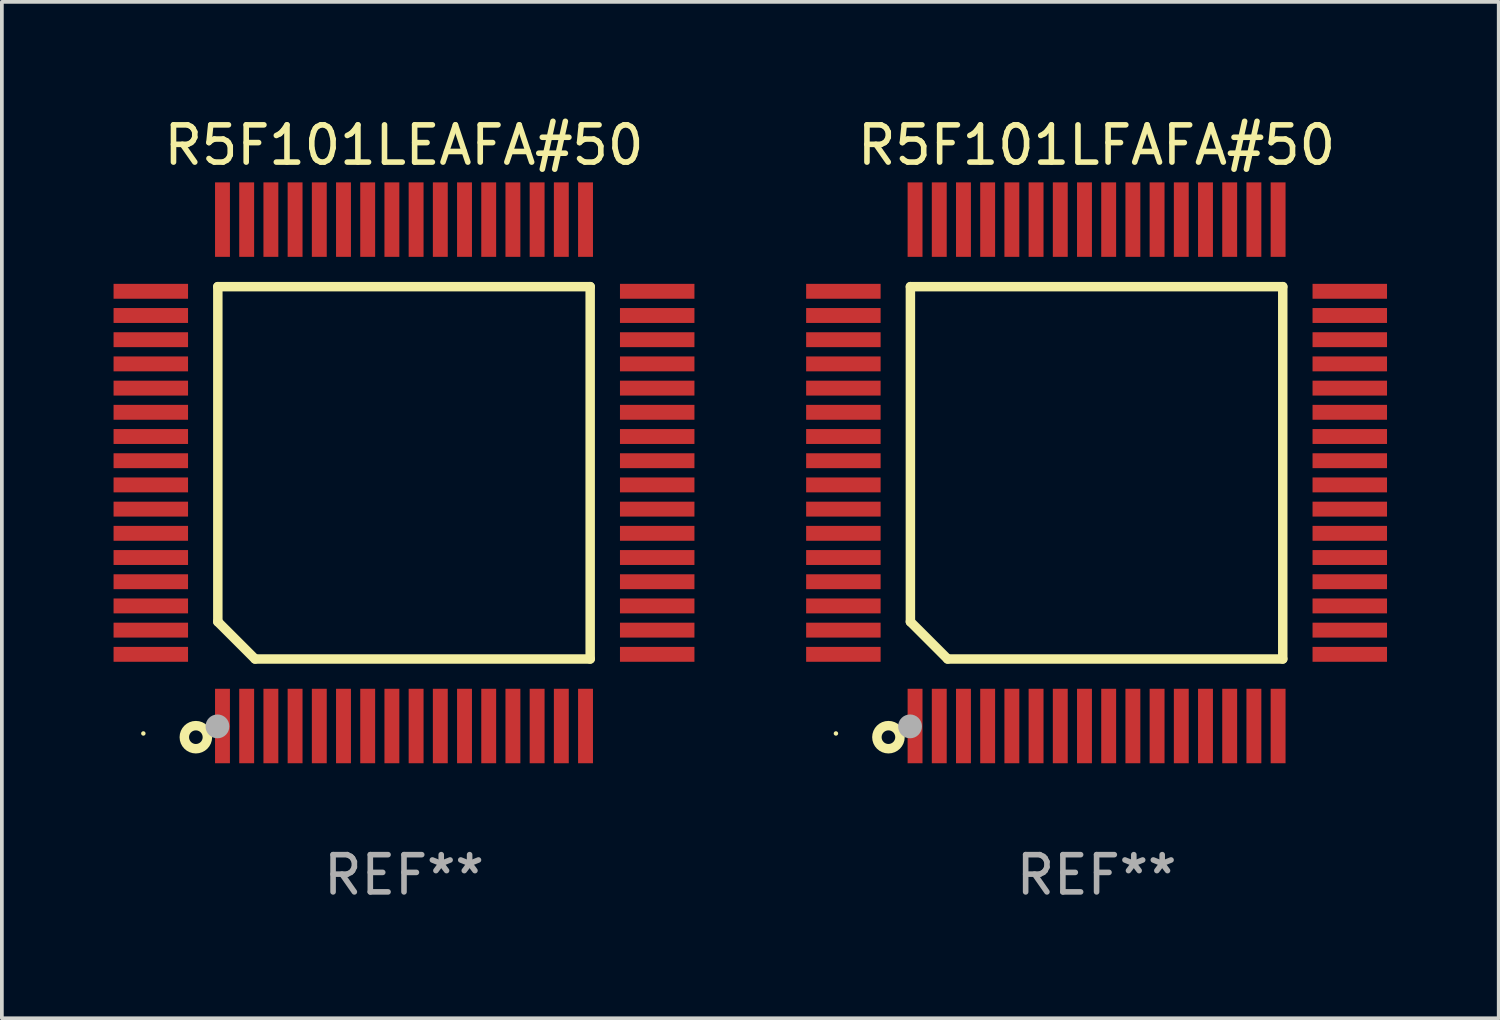
<source format=kicad_pcb>
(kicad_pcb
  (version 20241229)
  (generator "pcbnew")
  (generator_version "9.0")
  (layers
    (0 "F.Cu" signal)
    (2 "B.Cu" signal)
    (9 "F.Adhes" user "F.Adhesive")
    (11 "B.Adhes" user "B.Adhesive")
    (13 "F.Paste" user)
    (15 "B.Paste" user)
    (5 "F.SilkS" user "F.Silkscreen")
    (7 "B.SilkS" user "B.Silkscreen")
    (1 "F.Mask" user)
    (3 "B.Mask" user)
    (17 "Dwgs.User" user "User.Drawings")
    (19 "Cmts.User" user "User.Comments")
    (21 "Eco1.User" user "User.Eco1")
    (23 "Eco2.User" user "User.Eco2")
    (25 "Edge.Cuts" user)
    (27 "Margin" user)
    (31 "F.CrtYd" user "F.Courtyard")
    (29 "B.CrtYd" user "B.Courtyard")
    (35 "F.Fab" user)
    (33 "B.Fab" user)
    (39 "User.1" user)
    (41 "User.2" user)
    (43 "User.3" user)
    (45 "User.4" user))
  (footprint "R5F101LEAFA#50"
    (layer "F.Cu")
    (at 7.8 9.648)
    (property "Reference" "R5F101LEAFA#50" (at 0 -8.8 0) (layer "F.SilkS") (effects (font (size 1 1) (thickness 0.15))))
    (attr through_hole)
    (fp_line (start -5 -5) (end 5 -5) (stroke (width 0.254) (type solid)) (layer "F.SilkS"))
    (fp_line (start -5 4) (end -5 -5) (stroke (width 0.254) (type solid)) (layer "F.SilkS"))
    (fp_line (start -4 5) (end -5 4) (stroke (width 0.254) (type solid)) (layer "F.SilkS"))
    (fp_line (start 5 -5) (end 5 5) (stroke (width 0.254) (type solid)) (layer "F.SilkS"))
    (fp_line (start 5 5) (end -4 5) (stroke (width 0.254) (type solid)) (layer "F.SilkS"))
    (fp_circle (center -7 7) (end -6.97 7) (stroke (width 0.06) (type solid)) (fill no) (layer "F.SilkS"))
    (fp_circle (center -5.59 7.1) (end -5.28 7.1) (stroke (width 0.254) (type solid)) (fill no) (layer "F.SilkS"))
    (fp_circle (center -5.01 6.81) (end -4.85 6.81) (stroke (width 0.32) (type solid)) (fill no) (layer "F.Fab"))
    (fp_text user "REF**" (at 0 10.8 0) (layer "F.Fab") (effects (font (size 1 1) (thickness 0.15))))
    (pad "1" smd rect (at -4.875 6.8) (size 0.4 2) (layers "F.Cu" "F.Mask" "F.Paste"))
    (pad "2" smd rect (at -4.225 6.8) (size 0.4 2) (layers "F.Cu" "F.Mask" "F.Paste"))
    (pad "3" smd rect (at -3.575 6.8) (size 0.4 2) (layers "F.Cu" "F.Mask" "F.Paste"))
    (pad "4" smd rect (at -2.925 6.8) (size 0.4 2) (layers "F.Cu" "F.Mask" "F.Paste"))
    (pad "5" smd rect (at -2.275 6.8) (size 0.4 2) (layers "F.Cu" "F.Mask" "F.Paste"))
    (pad "6" smd rect (at -1.625 6.8) (size 0.4 2) (layers "F.Cu" "F.Mask" "F.Paste"))
    (pad "7" smd rect (at -0.975 6.8) (size 0.4 2) (layers "F.Cu" "F.Mask" "F.Paste"))
    (pad "8" smd rect (at -0.325 6.8) (size 0.4 2) (layers "F.Cu" "F.Mask" "F.Paste"))
    (pad "9" smd rect (at 0.325 6.8) (size 0.4 2) (layers "F.Cu" "F.Mask" "F.Paste"))
    (pad "10" smd rect (at 0.975 6.8) (size 0.4 2) (layers "F.Cu" "F.Mask" "F.Paste"))
    (pad "11" smd rect (at 1.625 6.8) (size 0.4 2) (layers "F.Cu" "F.Mask" "F.Paste"))
    (pad "12" smd rect (at 2.275 6.8) (size 0.4 2) (layers "F.Cu" "F.Mask" "F.Paste"))
    (pad "13" smd rect (at 2.925 6.8) (size 0.4 2) (layers "F.Cu" "F.Mask" "F.Paste"))
    (pad "14" smd rect (at 3.575 6.8) (size 0.4 2) (layers "F.Cu" "F.Mask" "F.Paste"))
    (pad "15" smd rect (at 4.225 6.8) (size 0.4 2) (layers "F.Cu" "F.Mask" "F.Paste"))
    (pad "16" smd rect (at 4.875 6.8) (size 0.4 2) (layers "F.Cu" "F.Mask" "F.Paste"))
    (pad "17" smd rect (at 6.8 4.875) (size 2 0.4) (layers "F.Cu" "F.Mask" "F.Paste"))
    (pad "18" smd rect (at 6.8 4.225) (size 2 0.4) (layers "F.Cu" "F.Mask" "F.Paste"))
    (pad "19" smd rect (at 6.8 3.575) (size 2 0.4) (layers "F.Cu" "F.Mask" "F.Paste"))
    (pad "20" smd rect (at 6.8 2.925) (size 2 0.4) (layers "F.Cu" "F.Mask" "F.Paste"))
    (pad "21" smd rect (at 6.8 2.275) (size 2 0.4) (layers "F.Cu" "F.Mask" "F.Paste"))
    (pad "22" smd rect (at 6.8 1.625) (size 2 0.4) (layers "F.Cu" "F.Mask" "F.Paste"))
    (pad "23" smd rect (at 6.8 0.975) (size 2 0.4) (layers "F.Cu" "F.Mask" "F.Paste"))
    (pad "24" smd rect (at 6.8 0.325) (size 2 0.4) (layers "F.Cu" "F.Mask" "F.Paste"))
    (pad "25" smd rect (at 6.8 -0.325) (size 2 0.4) (layers "F.Cu" "F.Mask" "F.Paste"))
    (pad "26" smd rect (at 6.8 -0.975) (size 2 0.4) (layers "F.Cu" "F.Mask" "F.Paste"))
    (pad "27" smd rect (at 6.8 -1.625) (size 2 0.4) (layers "F.Cu" "F.Mask" "F.Paste"))
    (pad "28" smd rect (at 6.8 -2.275) (size 2 0.4) (layers "F.Cu" "F.Mask" "F.Paste"))
    (pad "29" smd rect (at 6.8 -2.925) (size 2 0.4) (layers "F.Cu" "F.Mask" "F.Paste"))
    (pad "30" smd rect (at 6.8 -3.575) (size 2 0.4) (layers "F.Cu" "F.Mask" "F.Paste"))
    (pad "31" smd rect (at 6.8 -4.225) (size 2 0.4) (layers "F.Cu" "F.Mask" "F.Paste"))
    (pad "32" smd rect (at 6.8 -4.875) (size 2 0.4) (layers "F.Cu" "F.Mask" "F.Paste"))
    (pad "33" smd rect (at 4.875 -6.8) (size 0.4 2) (layers "F.Cu" "F.Mask" "F.Paste"))
    (pad "34" smd rect (at 4.225 -6.8) (size 0.4 2) (layers "F.Cu" "F.Mask" "F.Paste"))
    (pad "35" smd rect (at 3.575 -6.8) (size 0.4 2) (layers "F.Cu" "F.Mask" "F.Paste"))
    (pad "36" smd rect (at 2.925 -6.8) (size 0.4 2) (layers "F.Cu" "F.Mask" "F.Paste"))
    (pad "37" smd rect (at 2.275 -6.8) (size 0.4 2) (layers "F.Cu" "F.Mask" "F.Paste"))
    (pad "38" smd rect (at 1.625 -6.8) (size 0.4 2) (layers "F.Cu" "F.Mask" "F.Paste"))
    (pad "39" smd rect (at 0.975 -6.8) (size 0.4 2) (layers "F.Cu" "F.Mask" "F.Paste"))
    (pad "40" smd rect (at 0.325 -6.8) (size 0.4 2) (layers "F.Cu" "F.Mask" "F.Paste"))
    (pad "41" smd rect (at -0.325 -6.8) (size 0.4 2) (layers "F.Cu" "F.Mask" "F.Paste"))
    (pad "42" smd rect (at -0.975 -6.8) (size 0.4 2) (layers "F.Cu" "F.Mask" "F.Paste"))
    (pad "43" smd rect (at -1.625 -6.8) (size 0.4 2) (layers "F.Cu" "F.Mask" "F.Paste"))
    (pad "44" smd rect (at -2.275 -6.8) (size 0.4 2) (layers "F.Cu" "F.Mask" "F.Paste"))
    (pad "45" smd rect (at -2.925 -6.8) (size 0.4 2) (layers "F.Cu" "F.Mask" "F.Paste"))
    (pad "46" smd rect (at -3.575 -6.8) (size 0.4 2) (layers "F.Cu" "F.Mask" "F.Paste"))
    (pad "47" smd rect (at -4.225 -6.8) (size 0.4 2) (layers "F.Cu" "F.Mask" "F.Paste"))
    (pad "48" smd rect (at -4.875 -6.8) (size 0.4 2) (layers "F.Cu" "F.Mask" "F.Paste"))
    (pad "49" smd rect (at -6.8 -4.875) (size 2 0.4) (layers "F.Cu" "F.Mask" "F.Paste"))
    (pad "50" smd rect (at -6.8 -4.225) (size 2 0.4) (layers "F.Cu" "F.Mask" "F.Paste"))
    (pad "51" smd rect (at -6.8 -3.575) (size 2 0.4) (layers "F.Cu" "F.Mask" "F.Paste"))
    (pad "52" smd rect (at -6.8 -2.925) (size 2 0.4) (layers "F.Cu" "F.Mask" "F.Paste"))
    (pad "53" smd rect (at -6.8 -2.275) (size 2 0.4) (layers "F.Cu" "F.Mask" "F.Paste"))
    (pad "54" smd rect (at -6.8 -1.625) (size 2 0.4) (layers "F.Cu" "F.Mask" "F.Paste"))
    (pad "55" smd rect (at -6.8 -0.975) (size 2 0.4) (layers "F.Cu" "F.Mask" "F.Paste"))
    (pad "56" smd rect (at -6.8 -0.325) (size 2 0.4) (layers "F.Cu" "F.Mask" "F.Paste"))
    (pad "57" smd rect (at -6.8 0.325) (size 2 0.4) (layers "F.Cu" "F.Mask" "F.Paste"))
    (pad "58" smd rect (at -6.8 0.975) (size 2 0.4) (layers "F.Cu" "F.Mask" "F.Paste"))
    (pad "59" smd rect (at -6.8 1.625) (size 2 0.4) (layers "F.Cu" "F.Mask" "F.Paste"))
    (pad "60" smd rect (at -6.8 2.275) (size 2 0.4) (layers "F.Cu" "F.Mask" "F.Paste"))
    (pad "61" smd rect (at -6.8 2.925) (size 2 0.4) (layers "F.Cu" "F.Mask" "F.Paste"))
    (pad "62" smd rect (at -6.8 3.575) (size 2 0.4) (layers "F.Cu" "F.Mask" "F.Paste"))
    (pad "63" smd rect (at -6.8 4.225) (size 2 0.4) (layers "F.Cu" "F.Mask" "F.Paste"))
    (pad "64" smd rect (at -6.8 4.875) (size 2 0.4) (layers "F.Cu" "F.Mask" "F.Paste")))
  (footprint "R5F101LFAFA#50"
    (layer "F.Cu")
    (at 26.4 9.648)
    (property "Reference" "R5F101LFAFA#50" (at 0 -8.8 0) (layer "F.SilkS") (effects (font (size 1 1) (thickness 0.15))))
    (attr through_hole)
    (fp_line (start -5 -5) (end 5 -5) (stroke (width 0.254) (type solid)) (layer "F.SilkS"))
    (fp_line (start -5 4) (end -5 -5) (stroke (width 0.254) (type solid)) (layer "F.SilkS"))
    (fp_line (start -4 5) (end -5 4) (stroke (width 0.254) (type solid)) (layer "F.SilkS"))
    (fp_line (start 5 -5) (end 5 5) (stroke (width 0.254) (type solid)) (layer "F.SilkS"))
    (fp_line (start 5 5) (end -4 5) (stroke (width 0.254) (type solid)) (layer "F.SilkS"))
    (fp_circle (center -7 7) (end -6.97 7) (stroke (width 0.06) (type solid)) (fill no) (layer "F.SilkS"))
    (fp_circle (center -5.59 7.1) (end -5.28 7.1) (stroke (width 0.254) (type solid)) (fill no) (layer "F.SilkS"))
    (fp_circle (center -5.01 6.81) (end -4.85 6.81) (stroke (width 0.32) (type solid)) (fill no) (layer "F.Fab"))
    (fp_text user "REF**" (at 0 10.8 0) (layer "F.Fab") (effects (font (size 1 1) (thickness 0.15))))
    (pad "1" smd rect (at -4.875 6.8) (size 0.4 2) (layers "F.Cu" "F.Mask" "F.Paste"))
    (pad "2" smd rect (at -4.225 6.8) (size 0.4 2) (layers "F.Cu" "F.Mask" "F.Paste"))
    (pad "3" smd rect (at -3.575 6.8) (size 0.4 2) (layers "F.Cu" "F.Mask" "F.Paste"))
    (pad "4" smd rect (at -2.925 6.8) (size 0.4 2) (layers "F.Cu" "F.Mask" "F.Paste"))
    (pad "5" smd rect (at -2.275 6.8) (size 0.4 2) (layers "F.Cu" "F.Mask" "F.Paste"))
    (pad "6" smd rect (at -1.625 6.8) (size 0.4 2) (layers "F.Cu" "F.Mask" "F.Paste"))
    (pad "7" smd rect (at -0.975 6.8) (size 0.4 2) (layers "F.Cu" "F.Mask" "F.Paste"))
    (pad "8" smd rect (at -0.325 6.8) (size 0.4 2) (layers "F.Cu" "F.Mask" "F.Paste"))
    (pad "9" smd rect (at 0.325 6.8) (size 0.4 2) (layers "F.Cu" "F.Mask" "F.Paste"))
    (pad "10" smd rect (at 0.975 6.8) (size 0.4 2) (layers "F.Cu" "F.Mask" "F.Paste"))
    (pad "11" smd rect (at 1.625 6.8) (size 0.4 2) (layers "F.Cu" "F.Mask" "F.Paste"))
    (pad "12" smd rect (at 2.275 6.8) (size 0.4 2) (layers "F.Cu" "F.Mask" "F.Paste"))
    (pad "13" smd rect (at 2.925 6.8) (size 0.4 2) (layers "F.Cu" "F.Mask" "F.Paste"))
    (pad "14" smd rect (at 3.575 6.8) (size 0.4 2) (layers "F.Cu" "F.Mask" "F.Paste"))
    (pad "15" smd rect (at 4.225 6.8) (size 0.4 2) (layers "F.Cu" "F.Mask" "F.Paste"))
    (pad "16" smd rect (at 4.875 6.8) (size 0.4 2) (layers "F.Cu" "F.Mask" "F.Paste"))
    (pad "17" smd rect (at 6.8 4.875) (size 2 0.4) (layers "F.Cu" "F.Mask" "F.Paste"))
    (pad "18" smd rect (at 6.8 4.225) (size 2 0.4) (layers "F.Cu" "F.Mask" "F.Paste"))
    (pad "19" smd rect (at 6.8 3.575) (size 2 0.4) (layers "F.Cu" "F.Mask" "F.Paste"))
    (pad "20" smd rect (at 6.8 2.925) (size 2 0.4) (layers "F.Cu" "F.Mask" "F.Paste"))
    (pad "21" smd rect (at 6.8 2.275) (size 2 0.4) (layers "F.Cu" "F.Mask" "F.Paste"))
    (pad "22" smd rect (at 6.8 1.625) (size 2 0.4) (layers "F.Cu" "F.Mask" "F.Paste"))
    (pad "23" smd rect (at 6.8 0.975) (size 2 0.4) (layers "F.Cu" "F.Mask" "F.Paste"))
    (pad "24" smd rect (at 6.8 0.325) (size 2 0.4) (layers "F.Cu" "F.Mask" "F.Paste"))
    (pad "25" smd rect (at 6.8 -0.325) (size 2 0.4) (layers "F.Cu" "F.Mask" "F.Paste"))
    (pad "26" smd rect (at 6.8 -0.975) (size 2 0.4) (layers "F.Cu" "F.Mask" "F.Paste"))
    (pad "27" smd rect (at 6.8 -1.625) (size 2 0.4) (layers "F.Cu" "F.Mask" "F.Paste"))
    (pad "28" smd rect (at 6.8 -2.275) (size 2 0.4) (layers "F.Cu" "F.Mask" "F.Paste"))
    (pad "29" smd rect (at 6.8 -2.925) (size 2 0.4) (layers "F.Cu" "F.Mask" "F.Paste"))
    (pad "30" smd rect (at 6.8 -3.575) (size 2 0.4) (layers "F.Cu" "F.Mask" "F.Paste"))
    (pad "31" smd rect (at 6.8 -4.225) (size 2 0.4) (layers "F.Cu" "F.Mask" "F.Paste"))
    (pad "32" smd rect (at 6.8 -4.875) (size 2 0.4) (layers "F.Cu" "F.Mask" "F.Paste"))
    (pad "33" smd rect (at 4.875 -6.8) (size 0.4 2) (layers "F.Cu" "F.Mask" "F.Paste"))
    (pad "34" smd rect (at 4.225 -6.8) (size 0.4 2) (layers "F.Cu" "F.Mask" "F.Paste"))
    (pad "35" smd rect (at 3.575 -6.8) (size 0.4 2) (layers "F.Cu" "F.Mask" "F.Paste"))
    (pad "36" smd rect (at 2.925 -6.8) (size 0.4 2) (layers "F.Cu" "F.Mask" "F.Paste"))
    (pad "37" smd rect (at 2.275 -6.8) (size 0.4 2) (layers "F.Cu" "F.Mask" "F.Paste"))
    (pad "38" smd rect (at 1.625 -6.8) (size 0.4 2) (layers "F.Cu" "F.Mask" "F.Paste"))
    (pad "39" smd rect (at 0.975 -6.8) (size 0.4 2) (layers "F.Cu" "F.Mask" "F.Paste"))
    (pad "40" smd rect (at 0.325 -6.8) (size 0.4 2) (layers "F.Cu" "F.Mask" "F.Paste"))
    (pad "41" smd rect (at -0.325 -6.8) (size 0.4 2) (layers "F.Cu" "F.Mask" "F.Paste"))
    (pad "42" smd rect (at -0.975 -6.8) (size 0.4 2) (layers "F.Cu" "F.Mask" "F.Paste"))
    (pad "43" smd rect (at -1.625 -6.8) (size 0.4 2) (layers "F.Cu" "F.Mask" "F.Paste"))
    (pad "44" smd rect (at -2.275 -6.8) (size 0.4 2) (layers "F.Cu" "F.Mask" "F.Paste"))
    (pad "45" smd rect (at -2.925 -6.8) (size 0.4 2) (layers "F.Cu" "F.Mask" "F.Paste"))
    (pad "46" smd rect (at -3.575 -6.8) (size 0.4 2) (layers "F.Cu" "F.Mask" "F.Paste"))
    (pad "47" smd rect (at -4.225 -6.8) (size 0.4 2) (layers "F.Cu" "F.Mask" "F.Paste"))
    (pad "48" smd rect (at -4.875 -6.8) (size 0.4 2) (layers "F.Cu" "F.Mask" "F.Paste"))
    (pad "49" smd rect (at -6.8 -4.875) (size 2 0.4) (layers "F.Cu" "F.Mask" "F.Paste"))
    (pad "50" smd rect (at -6.8 -4.225) (size 2 0.4) (layers "F.Cu" "F.Mask" "F.Paste"))
    (pad "51" smd rect (at -6.8 -3.575) (size 2 0.4) (layers "F.Cu" "F.Mask" "F.Paste"))
    (pad "52" smd rect (at -6.8 -2.925) (size 2 0.4) (layers "F.Cu" "F.Mask" "F.Paste"))
    (pad "53" smd rect (at -6.8 -2.275) (size 2 0.4) (layers "F.Cu" "F.Mask" "F.Paste"))
    (pad "54" smd rect (at -6.8 -1.625) (size 2 0.4) (layers "F.Cu" "F.Mask" "F.Paste"))
    (pad "55" smd rect (at -6.8 -0.975) (size 2 0.4) (layers "F.Cu" "F.Mask" "F.Paste"))
    (pad "56" smd rect (at -6.8 -0.325) (size 2 0.4) (layers "F.Cu" "F.Mask" "F.Paste"))
    (pad "57" smd rect (at -6.8 0.325) (size 2 0.4) (layers "F.Cu" "F.Mask" "F.Paste"))
    (pad "58" smd rect (at -6.8 0.975) (size 2 0.4) (layers "F.Cu" "F.Mask" "F.Paste"))
    (pad "59" smd rect (at -6.8 1.625) (size 2 0.4) (layers "F.Cu" "F.Mask" "F.Paste"))
    (pad "60" smd rect (at -6.8 2.275) (size 2 0.4) (layers "F.Cu" "F.Mask" "F.Paste"))
    (pad "61" smd rect (at -6.8 2.925) (size 2 0.4) (layers "F.Cu" "F.Mask" "F.Paste"))
    (pad "62" smd rect (at -6.8 3.575) (size 2 0.4) (layers "F.Cu" "F.Mask" "F.Paste"))
    (pad "63" smd rect (at -6.8 4.225) (size 2 0.4) (layers "F.Cu" "F.Mask" "F.Paste"))
    (pad "64" smd rect (at -6.8 4.875) (size 2 0.4) (layers "F.Cu" "F.Mask" "F.Paste")))
  (gr_rect
    (start -3 -3)
    (end 37.2 24.297)
    (stroke (width 0.1) (type default))
    (fill no)
    (layer "Edge.Cuts")))
</source>
